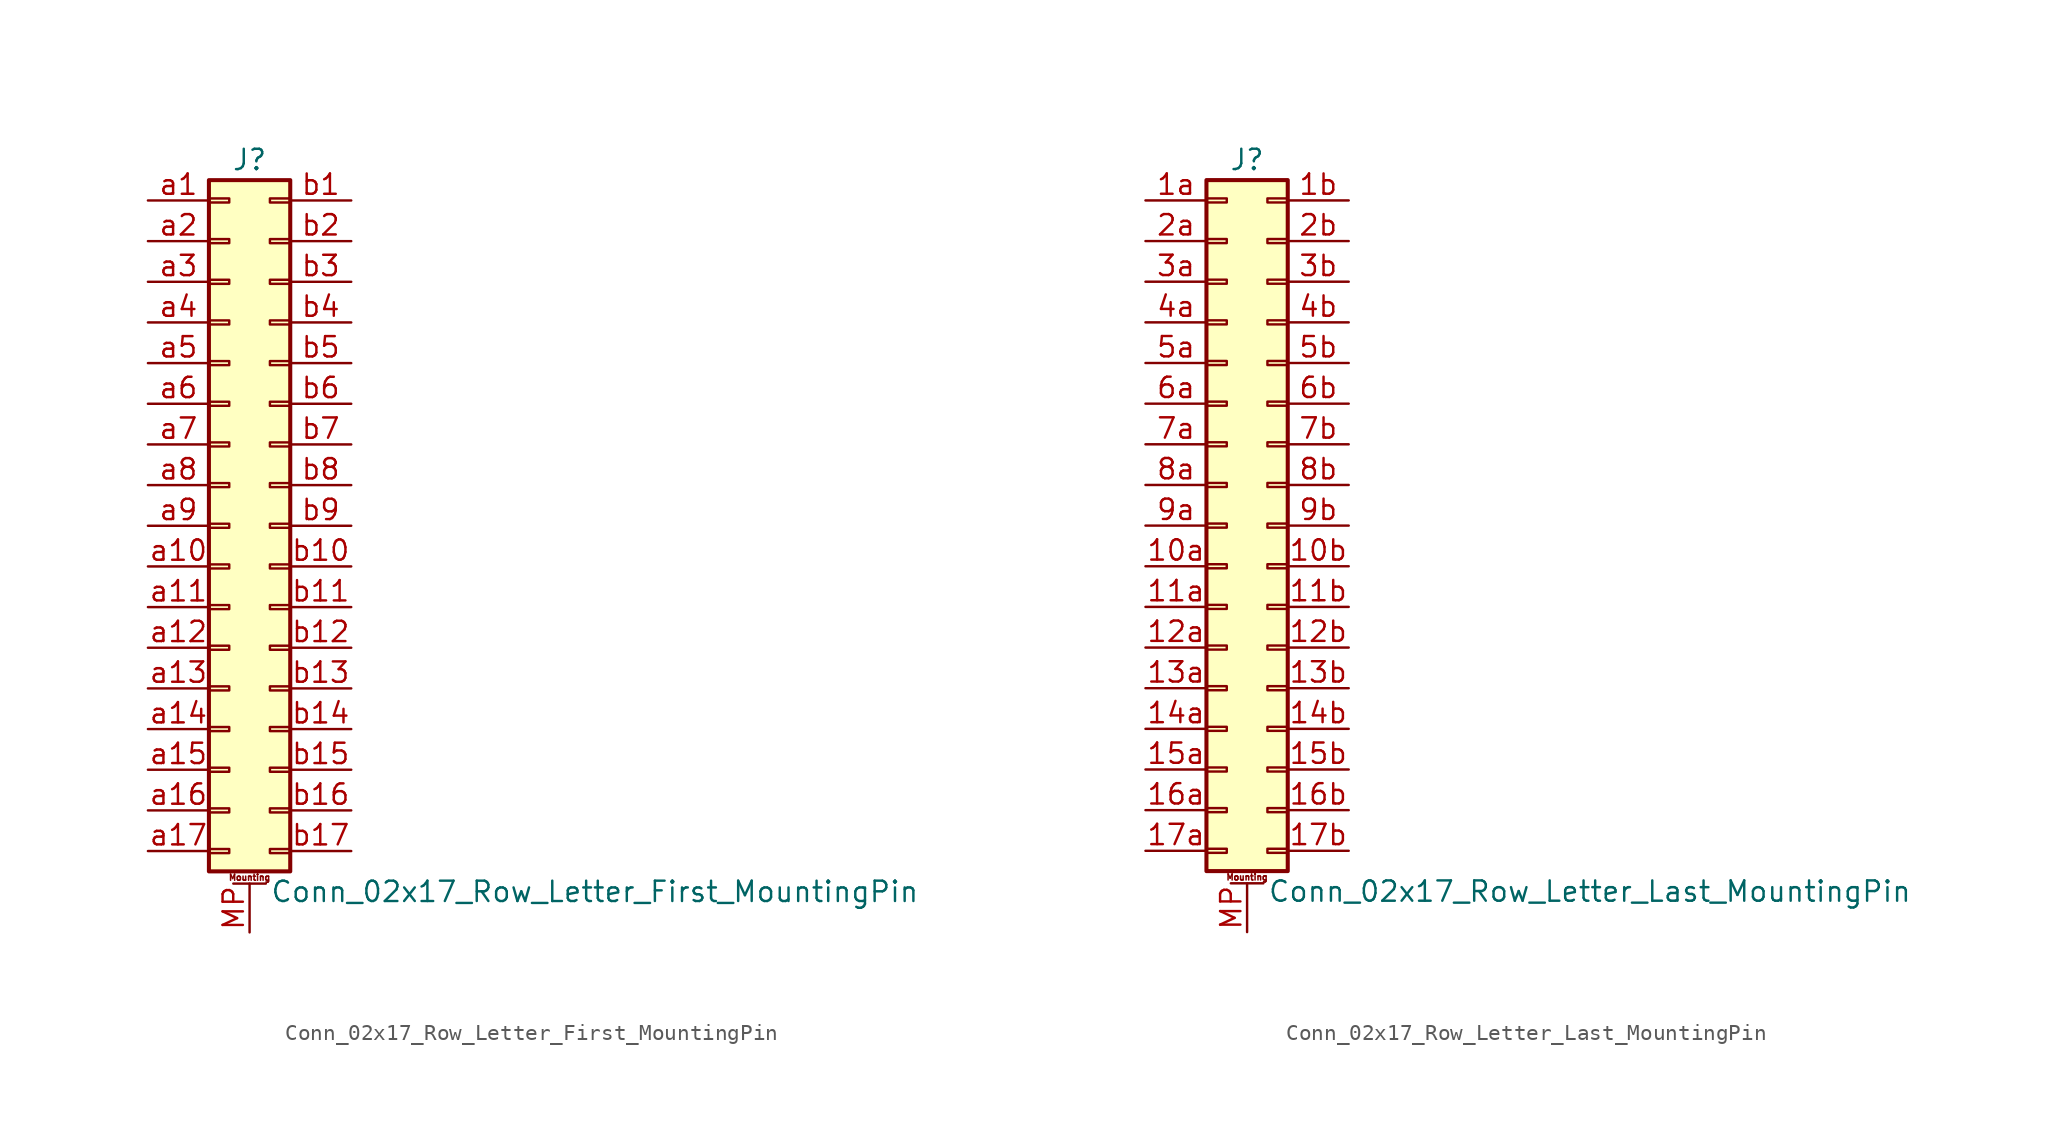
<source format=kicad_sym>
(kicad_symbol_lib
  (version 20201005)
  (generator kicad_symbol_editor)
  (symbol "Conn_02x17_Row_Letter_First_MountingPin"
    (pin_names
      (offset 1.016) hide)
    (property "Reference" "J"
      (at 1.27 22.86 0)
      (effects (font (size 1.27 1.27))))
    (property "Value" "Conn_02x17_Row_Letter_First_MountingPin"
      (at 2.54 -22.86 0)
      (effects (font (size 1.27 1.27)) (justify left)))
    (symbol "Conn_02x17_Row_Letter_First_MountingPin_1_1"
      (text "Mounting" (at 1.27 -21.971 0) (effects (font (size 0.381 0.381))))
      (rectangle (start -1.27 -20.193) (end 0 -20.447) (stroke (width 0.152)) (fill (type none)))
      (rectangle (start -1.27 -17.653) (end 0 -17.907) (stroke (width 0.152)) (fill (type none)))
      (rectangle (start -1.27 -15.113) (end 0 -15.367) (stroke (width 0.152)) (fill (type none)))
      (rectangle (start -1.27 -12.573) (end 0 -12.827) (stroke (width 0.152)) (fill (type none)))
      (rectangle (start -1.27 -10.033) (end 0 -10.287) (stroke (width 0.152)) (fill (type none)))
      (rectangle (start -1.27 -7.493) (end 0 -7.747) (stroke (width 0.152)) (fill (type none)))
      (rectangle (start -1.27 -4.953) (end 0 -5.207) (stroke (width 0.152)) (fill (type none)))
      (rectangle (start -1.27 -2.413) (end 0 -2.667) (stroke (width 0.152)) (fill (type none)))
      (rectangle (start -1.27 0.127) (end 0 -0.127) (stroke (width 0.152)) (fill (type none)))
      (rectangle (start -1.27 2.667) (end 0 2.413) (stroke (width 0.152)) (fill (type none)))
      (rectangle (start -1.27 5.207) (end 0 4.953) (stroke (width 0.152)) (fill (type none)))
      (rectangle (start -1.27 7.747) (end 0 7.493) (stroke (width 0.152)) (fill (type none)))
      (rectangle (start -1.27 10.287) (end 0 10.033) (stroke (width 0.152)) (fill (type none)))
      (rectangle (start -1.27 12.827) (end 0 12.573) (stroke (width 0.152)) (fill (type none)))
      (rectangle (start -1.27 15.367) (end 0 15.113) (stroke (width 0.152)) (fill (type none)))
      (rectangle (start -1.27 17.907) (end 0 17.653) (stroke (width 0.152)) (fill (type none)))
      (rectangle (start -1.27 20.447) (end 0 20.193) (stroke (width 0.152)) (fill (type none)))
      (rectangle (start 3.81 -20.193) (end 2.54 -20.447) (stroke (width 0.152)) (fill (type none)))
      (rectangle (start 3.81 -17.653) (end 2.54 -17.907) (stroke (width 0.152)) (fill (type none)))
      (rectangle (start 3.81 -15.113) (end 2.54 -15.367) (stroke (width 0.152)) (fill (type none)))
      (rectangle (start 3.81 -12.573) (end 2.54 -12.827) (stroke (width 0.152)) (fill (type none)))
      (rectangle (start 3.81 -10.033) (end 2.54 -10.287) (stroke (width 0.152)) (fill (type none)))
      (rectangle (start 3.81 -7.493) (end 2.54 -7.747) (stroke (width 0.152)) (fill (type none)))
      (rectangle (start 3.81 -4.953) (end 2.54 -5.207) (stroke (width 0.152)) (fill (type none)))
      (rectangle (start 3.81 -2.413) (end 2.54 -2.667) (stroke (width 0.152)) (fill (type none)))
      (rectangle (start 3.81 0.127) (end 2.54 -0.127) (stroke (width 0.152)) (fill (type none)))
      (rectangle (start 3.81 2.667) (end 2.54 2.413) (stroke (width 0.152)) (fill (type none)))
      (rectangle (start 3.81 5.207) (end 2.54 4.953) (stroke (width 0.152)) (fill (type none)))
      (rectangle (start 3.81 7.747) (end 2.54 7.493) (stroke (width 0.152)) (fill (type none)))
      (rectangle (start 3.81 10.287) (end 2.54 10.033) (stroke (width 0.152)) (fill (type none)))
      (rectangle (start 3.81 12.827) (end 2.54 12.573) (stroke (width 0.152)) (fill (type none)))
      (rectangle (start 3.81 15.367) (end 2.54 15.113) (stroke (width 0.152)) (fill (type none)))
      (rectangle (start 3.81 17.907) (end 2.54 17.653) (stroke (width 0.152)) (fill (type none)))
      (rectangle (start 3.81 20.447) (end 2.54 20.193) (stroke (width 0.152)) (fill (type none)))
      (rectangle (start -1.27 21.59) (end 3.81 -21.59) (stroke (width 0.254)) (fill (type background)))
      (polyline (pts (xy 0.254 -22.352) (xy 2.286 -22.352)) (stroke (width 0.152)) (fill (type none)))
      (pin passive line (at 1.27 -25.4 90) (length 3.048) (name "MountPin" (effects (font (size 1.27 1.27)))) (number "MP" (effects (font (size 1.27 1.27)))))
      (pin passive line (at -5.08 20.32 0) (length 3.81) (name "Pin_a1" (effects (font (size 1.27 1.27)))) (number "a1" (effects (font (size 1.27 1.27)))))
      (pin passive line (at -5.08 -2.54 0) (length 3.81) (name "Pin_a10" (effects (font (size 1.27 1.27)))) (number "a10" (effects (font (size 1.27 1.27)))))
      (pin passive line (at -5.08 -5.08 0) (length 3.81) (name "Pin_a11" (effects (font (size 1.27 1.27)))) (number "a11" (effects (font (size 1.27 1.27)))))
      (pin passive line (at -5.08 -7.62 0) (length 3.81) (name "Pin_a12" (effects (font (size 1.27 1.27)))) (number "a12" (effects (font (size 1.27 1.27)))))
      (pin passive line (at -5.08 -10.16 0) (length 3.81) (name "Pin_a13" (effects (font (size 1.27 1.27)))) (number "a13" (effects (font (size 1.27 1.27)))))
      (pin passive line (at -5.08 -12.7 0) (length 3.81) (name "Pin_a14" (effects (font (size 1.27 1.27)))) (number "a14" (effects (font (size 1.27 1.27)))))
      (pin passive line (at -5.08 -15.24 0) (length 3.81) (name "Pin_a15" (effects (font (size 1.27 1.27)))) (number "a15" (effects (font (size 1.27 1.27)))))
      (pin passive line (at -5.08 -17.78 0) (length 3.81) (name "Pin_a16" (effects (font (size 1.27 1.27)))) (number "a16" (effects (font (size 1.27 1.27)))))
      (pin passive line (at -5.08 -20.32 0) (length 3.81) (name "Pin_a17" (effects (font (size 1.27 1.27)))) (number "a17" (effects (font (size 1.27 1.27)))))
      (pin passive line (at -5.08 17.78 0) (length 3.81) (name "Pin_a2" (effects (font (size 1.27 1.27)))) (number "a2" (effects (font (size 1.27 1.27)))))
      (pin passive line (at -5.08 15.24 0) (length 3.81) (name "Pin_a3" (effects (font (size 1.27 1.27)))) (number "a3" (effects (font (size 1.27 1.27)))))
      (pin passive line (at -5.08 12.7 0) (length 3.81) (name "Pin_a4" (effects (font (size 1.27 1.27)))) (number "a4" (effects (font (size 1.27 1.27)))))
      (pin passive line (at -5.08 10.16 0) (length 3.81) (name "Pin_a5" (effects (font (size 1.27 1.27)))) (number "a5" (effects (font (size 1.27 1.27)))))
      (pin passive line (at -5.08 7.62 0) (length 3.81) (name "Pin_a6" (effects (font (size 1.27 1.27)))) (number "a6" (effects (font (size 1.27 1.27)))))
      (pin passive line (at -5.08 5.08 0) (length 3.81) (name "Pin_a7" (effects (font (size 1.27 1.27)))) (number "a7" (effects (font (size 1.27 1.27)))))
      (pin passive line (at -5.08 2.54 0) (length 3.81) (name "Pin_a8" (effects (font (size 1.27 1.27)))) (number "a8" (effects (font (size 1.27 1.27)))))
      (pin passive line (at -5.08 0 0) (length 3.81) (name "Pin_a9" (effects (font (size 1.27 1.27)))) (number "a9" (effects (font (size 1.27 1.27)))))
      (pin passive line (at 7.62 20.32 180) (length 3.81) (name "Pin_b1" (effects (font (size 1.27 1.27)))) (number "b1" (effects (font (size 1.27 1.27)))))
      (pin passive line (at 7.62 -2.54 180) (length 3.81) (name "Pin_b10" (effects (font (size 1.27 1.27)))) (number "b10" (effects (font (size 1.27 1.27)))))
      (pin passive line (at 7.62 -5.08 180) (length 3.81) (name "Pin_b11" (effects (font (size 1.27 1.27)))) (number "b11" (effects (font (size 1.27 1.27)))))
      (pin passive line (at 7.62 -7.62 180) (length 3.81) (name "Pin_b12" (effects (font (size 1.27 1.27)))) (number "b12" (effects (font (size 1.27 1.27)))))
      (pin passive line (at 7.62 -10.16 180) (length 3.81) (name "Pin_b13" (effects (font (size 1.27 1.27)))) (number "b13" (effects (font (size 1.27 1.27)))))
      (pin passive line (at 7.62 -12.7 180) (length 3.81) (name "Pin_b14" (effects (font (size 1.27 1.27)))) (number "b14" (effects (font (size 1.27 1.27)))))
      (pin passive line (at 7.62 -15.24 180) (length 3.81) (name "Pin_b15" (effects (font (size 1.27 1.27)))) (number "b15" (effects (font (size 1.27 1.27)))))
      (pin passive line (at 7.62 -17.78 180) (length 3.81) (name "Pin_b16" (effects (font (size 1.27 1.27)))) (number "b16" (effects (font (size 1.27 1.27)))))
      (pin passive line (at 7.62 -20.32 180) (length 3.81) (name "Pin_b17" (effects (font (size 1.27 1.27)))) (number "b17" (effects (font (size 1.27 1.27)))))
      (pin passive line (at 7.62 17.78 180) (length 3.81) (name "Pin_b2" (effects (font (size 1.27 1.27)))) (number "b2" (effects (font (size 1.27 1.27)))))
      (pin passive line (at 7.62 15.24 180) (length 3.81) (name "Pin_b3" (effects (font (size 1.27 1.27)))) (number "b3" (effects (font (size 1.27 1.27)))))
      (pin passive line (at 7.62 12.7 180) (length 3.81) (name "Pin_b4" (effects (font (size 1.27 1.27)))) (number "b4" (effects (font (size 1.27 1.27)))))
      (pin passive line (at 7.62 10.16 180) (length 3.81) (name "Pin_b5" (effects (font (size 1.27 1.27)))) (number "b5" (effects (font (size 1.27 1.27)))))
      (pin passive line (at 7.62 7.62 180) (length 3.81) (name "Pin_b6" (effects (font (size 1.27 1.27)))) (number "b6" (effects (font (size 1.27 1.27)))))
      (pin passive line (at 7.62 5.08 180) (length 3.81) (name "Pin_b7" (effects (font (size 1.27 1.27)))) (number "b7" (effects (font (size 1.27 1.27)))))
      (pin passive line (at 7.62 2.54 180) (length 3.81) (name "Pin_b8" (effects (font (size 1.27 1.27)))) (number "b8" (effects (font (size 1.27 1.27)))))
      (pin passive line (at 7.62 0 180) (length 3.81) (name "Pin_b9" (effects (font (size 1.27 1.27)))) (number "b9" (effects (font (size 1.27 1.27)))))))
  (symbol "Conn_02x17_Row_Letter_Last_MountingPin"
    (pin_names
      (offset 1.016) hide)
    (property "Reference" "J"
      (at 1.27 22.86 0)
      (effects (font (size 1.27 1.27))))
    (property "Value" "Conn_02x17_Row_Letter_Last_MountingPin"
      (at 2.54 -22.86 0)
      (effects (font (size 1.27 1.27)) (justify left)))
    (symbol "Conn_02x17_Row_Letter_Last_MountingPin_1_1"
      (text "Mounting" (at 1.27 -21.971 0) (effects (font (size 0.381 0.381))))
      (rectangle (start -1.27 -20.193) (end 0 -20.447) (stroke (width 0.152)) (fill (type none)))
      (rectangle (start -1.27 -17.653) (end 0 -17.907) (stroke (width 0.152)) (fill (type none)))
      (rectangle (start -1.27 -15.113) (end 0 -15.367) (stroke (width 0.152)) (fill (type none)))
      (rectangle (start -1.27 -12.573) (end 0 -12.827) (stroke (width 0.152)) (fill (type none)))
      (rectangle (start -1.27 -10.033) (end 0 -10.287) (stroke (width 0.152)) (fill (type none)))
      (rectangle (start -1.27 -7.493) (end 0 -7.747) (stroke (width 0.152)) (fill (type none)))
      (rectangle (start -1.27 -4.953) (end 0 -5.207) (stroke (width 0.152)) (fill (type none)))
      (rectangle (start -1.27 -2.413) (end 0 -2.667) (stroke (width 0.152)) (fill (type none)))
      (rectangle (start -1.27 0.127) (end 0 -0.127) (stroke (width 0.152)) (fill (type none)))
      (rectangle (start -1.27 2.667) (end 0 2.413) (stroke (width 0.152)) (fill (type none)))
      (rectangle (start -1.27 5.207) (end 0 4.953) (stroke (width 0.152)) (fill (type none)))
      (rectangle (start -1.27 7.747) (end 0 7.493) (stroke (width 0.152)) (fill (type none)))
      (rectangle (start -1.27 10.287) (end 0 10.033) (stroke (width 0.152)) (fill (type none)))
      (rectangle (start -1.27 12.827) (end 0 12.573) (stroke (width 0.152)) (fill (type none)))
      (rectangle (start -1.27 15.367) (end 0 15.113) (stroke (width 0.152)) (fill (type none)))
      (rectangle (start -1.27 17.907) (end 0 17.653) (stroke (width 0.152)) (fill (type none)))
      (rectangle (start -1.27 20.447) (end 0 20.193) (stroke (width 0.152)) (fill (type none)))
      (rectangle (start 3.81 -20.193) (end 2.54 -20.447) (stroke (width 0.152)) (fill (type none)))
      (rectangle (start 3.81 -17.653) (end 2.54 -17.907) (stroke (width 0.152)) (fill (type none)))
      (rectangle (start 3.81 -15.113) (end 2.54 -15.367) (stroke (width 0.152)) (fill (type none)))
      (rectangle (start 3.81 -12.573) (end 2.54 -12.827) (stroke (width 0.152)) (fill (type none)))
      (rectangle (start 3.81 -10.033) (end 2.54 -10.287) (stroke (width 0.152)) (fill (type none)))
      (rectangle (start 3.81 -7.493) (end 2.54 -7.747) (stroke (width 0.152)) (fill (type none)))
      (rectangle (start 3.81 -4.953) (end 2.54 -5.207) (stroke (width 0.152)) (fill (type none)))
      (rectangle (start 3.81 -2.413) (end 2.54 -2.667) (stroke (width 0.152)) (fill (type none)))
      (rectangle (start 3.81 0.127) (end 2.54 -0.127) (stroke (width 0.152)) (fill (type none)))
      (rectangle (start 3.81 2.667) (end 2.54 2.413) (stroke (width 0.152)) (fill (type none)))
      (rectangle (start 3.81 5.207) (end 2.54 4.953) (stroke (width 0.152)) (fill (type none)))
      (rectangle (start 3.81 7.747) (end 2.54 7.493) (stroke (width 0.152)) (fill (type none)))
      (rectangle (start 3.81 10.287) (end 2.54 10.033) (stroke (width 0.152)) (fill (type none)))
      (rectangle (start 3.81 12.827) (end 2.54 12.573) (stroke (width 0.152)) (fill (type none)))
      (rectangle (start 3.81 15.367) (end 2.54 15.113) (stroke (width 0.152)) (fill (type none)))
      (rectangle (start 3.81 17.907) (end 2.54 17.653) (stroke (width 0.152)) (fill (type none)))
      (rectangle (start 3.81 20.447) (end 2.54 20.193) (stroke (width 0.152)) (fill (type none)))
      (rectangle (start -1.27 21.59) (end 3.81 -21.59) (stroke (width 0.254)) (fill (type background)))
      (polyline (pts (xy 0.254 -22.352) (xy 2.286 -22.352)) (stroke (width 0.152)) (fill (type none)))
      (pin passive line (at -5.08 -2.54 0) (length 3.81) (name "Pin_10a" (effects (font (size 1.27 1.27)))) (number "10a" (effects (font (size 1.27 1.27)))))
      (pin passive line (at 7.62 -2.54 180) (length 3.81) (name "Pin_10b" (effects (font (size 1.27 1.27)))) (number "10b" (effects (font (size 1.27 1.27)))))
      (pin passive line (at -5.08 -5.08 0) (length 3.81) (name "Pin_11a" (effects (font (size 1.27 1.27)))) (number "11a" (effects (font (size 1.27 1.27)))))
      (pin passive line (at 7.62 -5.08 180) (length 3.81) (name "Pin_11b" (effects (font (size 1.27 1.27)))) (number "11b" (effects (font (size 1.27 1.27)))))
      (pin passive line (at -5.08 -7.62 0) (length 3.81) (name "Pin_12a" (effects (font (size 1.27 1.27)))) (number "12a" (effects (font (size 1.27 1.27)))))
      (pin passive line (at 7.62 -7.62 180) (length 3.81) (name "Pin_12b" (effects (font (size 1.27 1.27)))) (number "12b" (effects (font (size 1.27 1.27)))))
      (pin passive line (at -5.08 -10.16 0) (length 3.81) (name "Pin_13a" (effects (font (size 1.27 1.27)))) (number "13a" (effects (font (size 1.27 1.27)))))
      (pin passive line (at 7.62 -10.16 180) (length 3.81) (name "Pin_13b" (effects (font (size 1.27 1.27)))) (number "13b" (effects (font (size 1.27 1.27)))))
      (pin passive line (at -5.08 -12.7 0) (length 3.81) (name "Pin_14a" (effects (font (size 1.27 1.27)))) (number "14a" (effects (font (size 1.27 1.27)))))
      (pin passive line (at 7.62 -12.7 180) (length 3.81) (name "Pin_14b" (effects (font (size 1.27 1.27)))) (number "14b" (effects (font (size 1.27 1.27)))))
      (pin passive line (at -5.08 -15.24 0) (length 3.81) (name "Pin_15a" (effects (font (size 1.27 1.27)))) (number "15a" (effects (font (size 1.27 1.27)))))
      (pin passive line (at 7.62 -15.24 180) (length 3.81) (name "Pin_15b" (effects (font (size 1.27 1.27)))) (number "15b" (effects (font (size 1.27 1.27)))))
      (pin passive line (at -5.08 -17.78 0) (length 3.81) (name "Pin_16a" (effects (font (size 1.27 1.27)))) (number "16a" (effects (font (size 1.27 1.27)))))
      (pin passive line (at 7.62 -17.78 180) (length 3.81) (name "Pin_16b" (effects (font (size 1.27 1.27)))) (number "16b" (effects (font (size 1.27 1.27)))))
      (pin passive line (at -5.08 -20.32 0) (length 3.81) (name "Pin_17a" (effects (font (size 1.27 1.27)))) (number "17a" (effects (font (size 1.27 1.27)))))
      (pin passive line (at 7.62 -20.32 180) (length 3.81) (name "Pin_17b" (effects (font (size 1.27 1.27)))) (number "17b" (effects (font (size 1.27 1.27)))))
      (pin passive line (at -5.08 20.32 0) (length 3.81) (name "Pin_1a" (effects (font (size 1.27 1.27)))) (number "1a" (effects (font (size 1.27 1.27)))))
      (pin passive line (at 7.62 20.32 180) (length 3.81) (name "Pin_1b" (effects (font (size 1.27 1.27)))) (number "1b" (effects (font (size 1.27 1.27)))))
      (pin passive line (at -5.08 17.78 0) (length 3.81) (name "Pin_2a" (effects (font (size 1.27 1.27)))) (number "2a" (effects (font (size 1.27 1.27)))))
      (pin passive line (at 7.62 17.78 180) (length 3.81) (name "Pin_2b" (effects (font (size 1.27 1.27)))) (number "2b" (effects (font (size 1.27 1.27)))))
      (pin passive line (at -5.08 15.24 0) (length 3.81) (name "Pin_3a" (effects (font (size 1.27 1.27)))) (number "3a" (effects (font (size 1.27 1.27)))))
      (pin passive line (at 7.62 15.24 180) (length 3.81) (name "Pin_3b" (effects (font (size 1.27 1.27)))) (number "3b" (effects (font (size 1.27 1.27)))))
      (pin passive line (at -5.08 12.7 0) (length 3.81) (name "Pin_4a" (effects (font (size 1.27 1.27)))) (number "4a" (effects (font (size 1.27 1.27)))))
      (pin passive line (at 7.62 12.7 180) (length 3.81) (name "Pin_4b" (effects (font (size 1.27 1.27)))) (number "4b" (effects (font (size 1.27 1.27)))))
      (pin passive line (at -5.08 10.16 0) (length 3.81) (name "Pin_5a" (effects (font (size 1.27 1.27)))) (number "5a" (effects (font (size 1.27 1.27)))))
      (pin passive line (at 7.62 10.16 180) (length 3.81) (name "Pin_5b" (effects (font (size 1.27 1.27)))) (number "5b" (effects (font (size 1.27 1.27)))))
      (pin passive line (at -5.08 7.62 0) (length 3.81) (name "Pin_6a" (effects (font (size 1.27 1.27)))) (number "6a" (effects (font (size 1.27 1.27)))))
      (pin passive line (at 7.62 7.62 180) (length 3.81) (name "Pin_6b" (effects (font (size 1.27 1.27)))) (number "6b" (effects (font (size 1.27 1.27)))))
      (pin passive line (at -5.08 5.08 0) (length 3.81) (name "Pin_7a" (effects (font (size 1.27 1.27)))) (number "7a" (effects (font (size 1.27 1.27)))))
      (pin passive line (at 7.62 5.08 180) (length 3.81) (name "Pin_7b" (effects (font (size 1.27 1.27)))) (number "7b" (effects (font (size 1.27 1.27)))))
      (pin passive line (at -5.08 2.54 0) (length 3.81) (name "Pin_8a" (effects (font (size 1.27 1.27)))) (number "8a" (effects (font (size 1.27 1.27)))))
      (pin passive line (at 7.62 2.54 180) (length 3.81) (name "Pin_8b" (effects (font (size 1.27 1.27)))) (number "8b" (effects (font (size 1.27 1.27)))))
      (pin passive line (at -5.08 0 0) (length 3.81) (name "Pin_9a" (effects (font (size 1.27 1.27)))) (number "9a" (effects (font (size 1.27 1.27)))))
      (pin passive line (at 7.62 0 180) (length 3.81) (name "Pin_9b" (effects (font (size 1.27 1.27)))) (number "9b" (effects (font (size 1.27 1.27)))))
      (pin passive line (at 1.27 -25.4 90) (length 3.048) (name "MountPin" (effects (font (size 1.27 1.27)))) (number "MP" (effects (font (size 1.27 1.27))))))))
</source>
